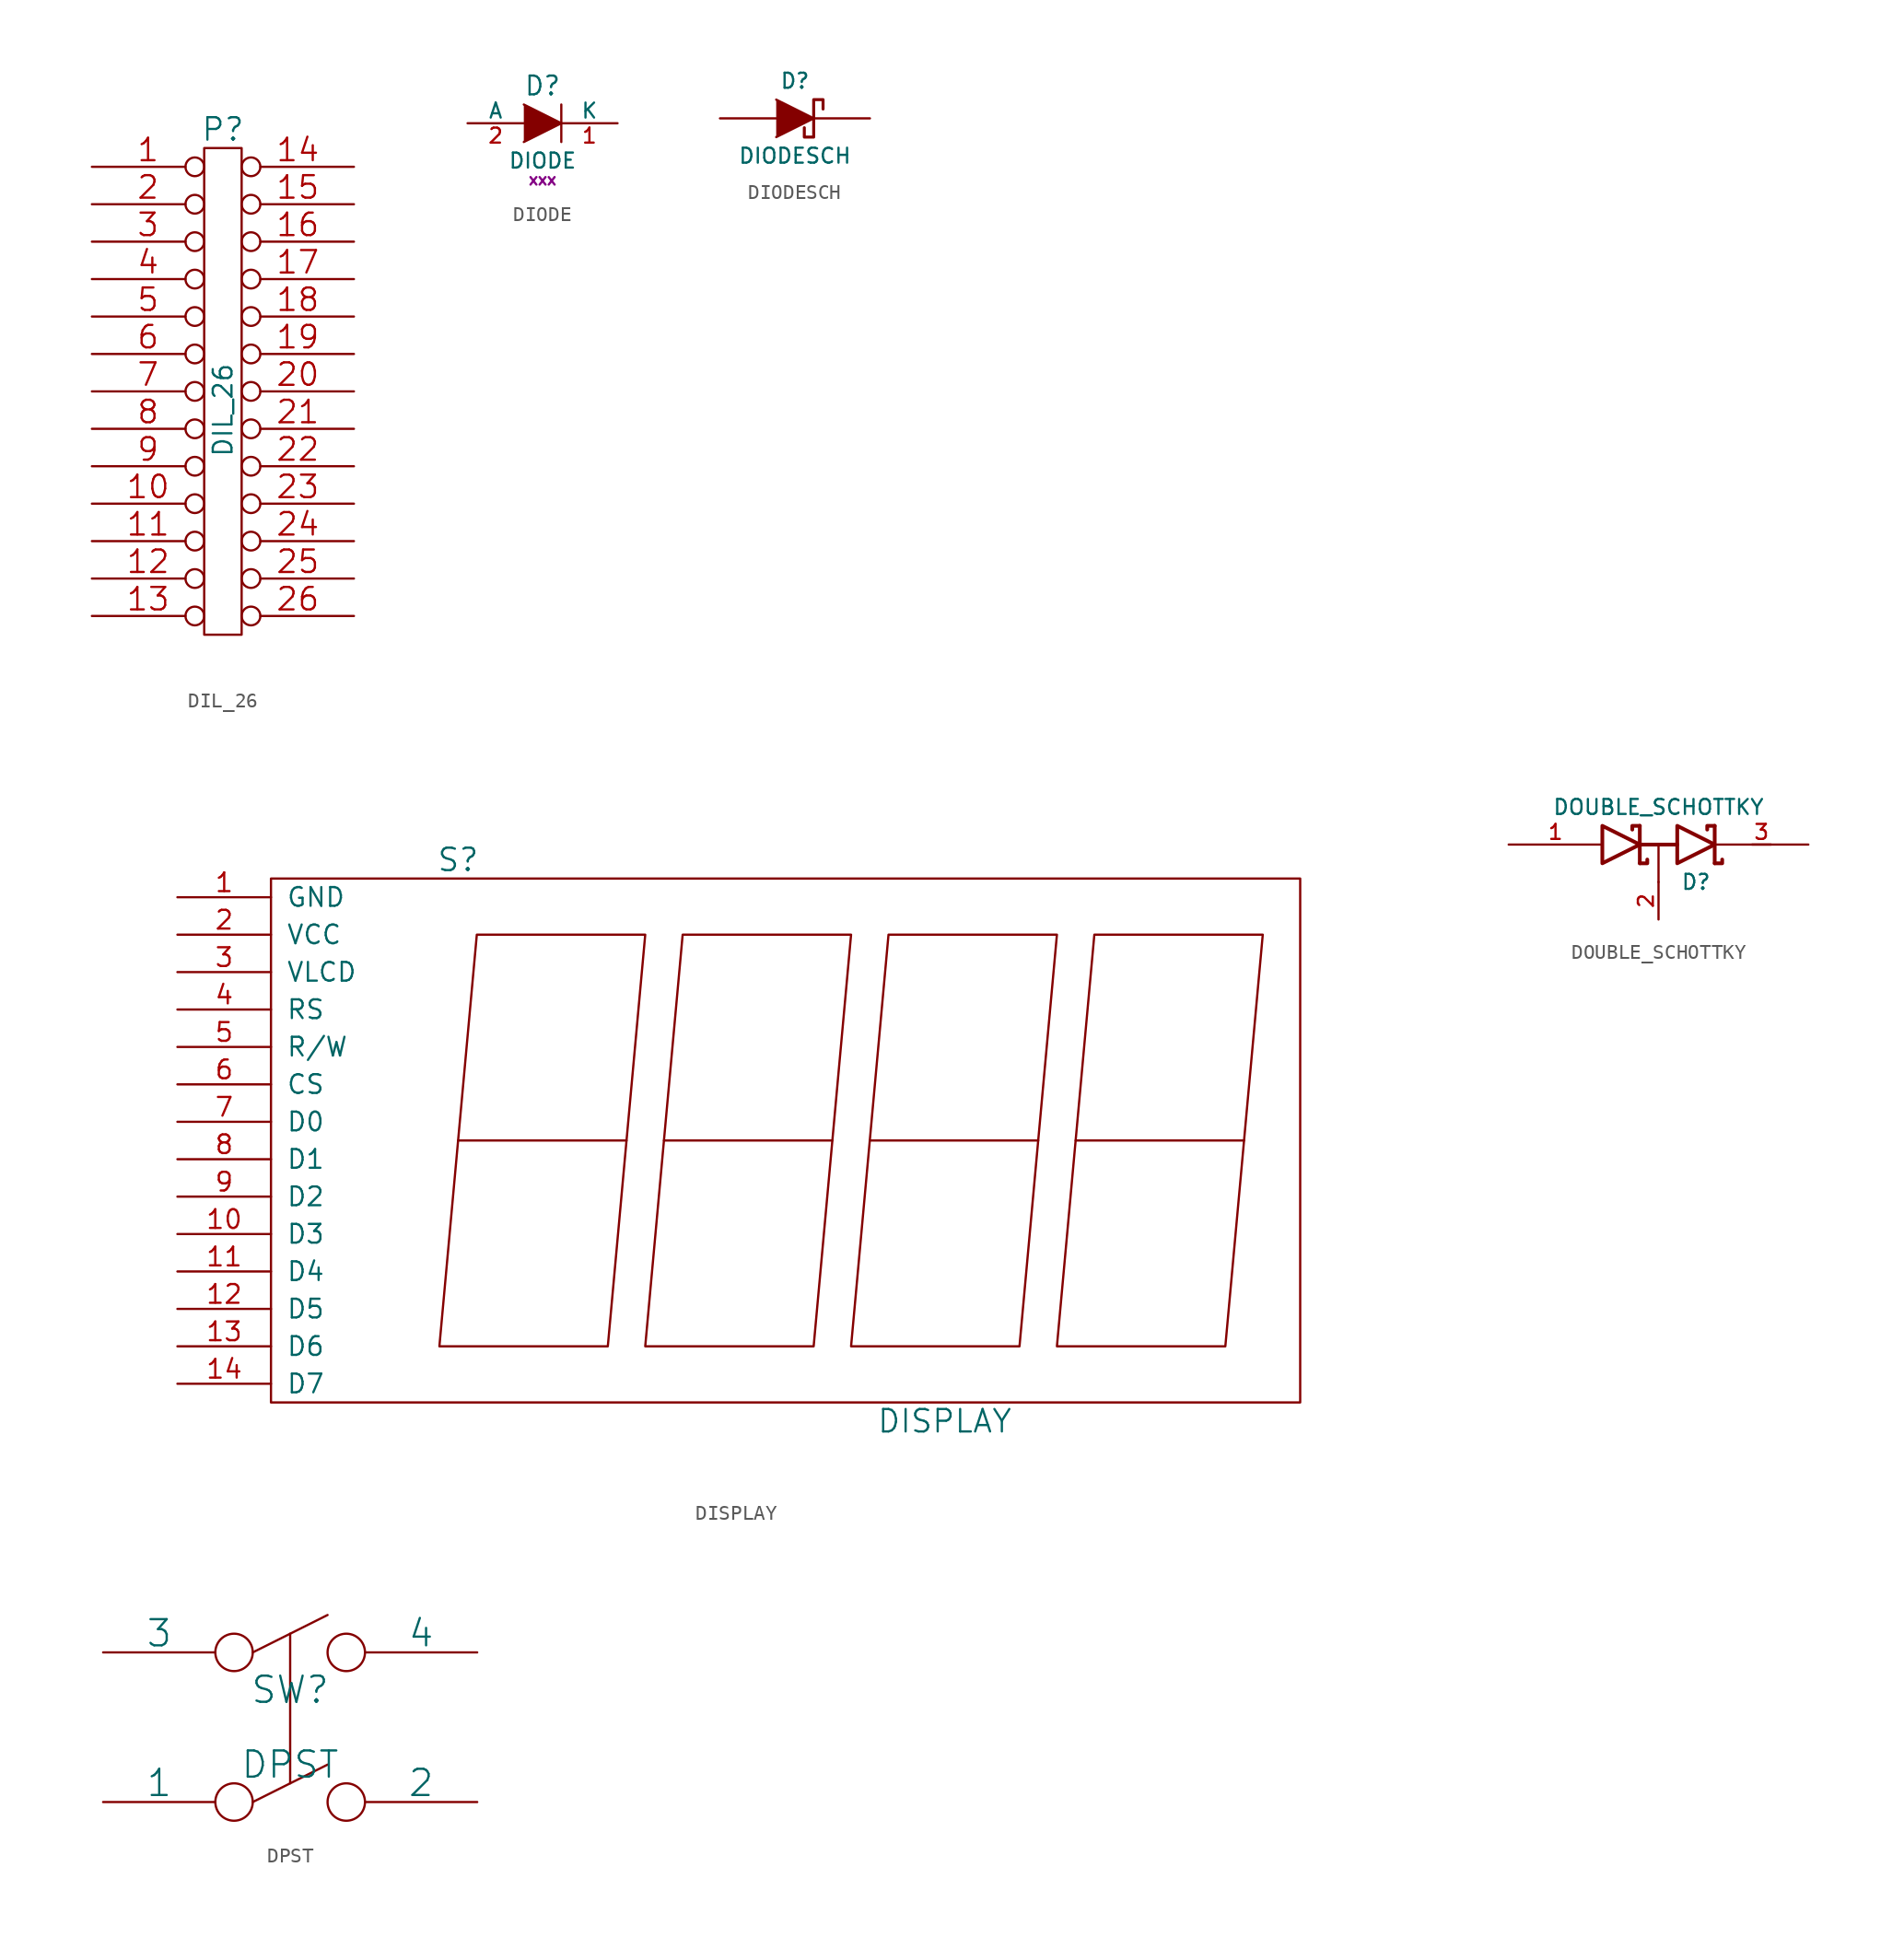
<source format=kicad_sym>
(kicad_symbol_lib
  (version 20220914)
  (generator kicad_symbol_editor)
  (symbol "DIL_26"
    (pin_names hide)
    (property "Reference" "P"
      (at 0 17.78 0)
      (effects (font (size 1.524 1.524))))
    (property "Value" "DIL_26"
      (at 0 -1.27 90)
      (effects (font (size 1.27 1.27))))
    (property "Footprint" ""
      (at 0 0 0)
      (effects (font (size 1.524 1.524))))
    (property "Datasheet" ""
      (at 0 0 0)
      (effects (font (size 1.524 1.524))))
    (symbol "DIL_26_0_1"
      (rectangle (start -1.27 16.51) (end 1.27 -16.51) (stroke (width 0) (type default)) (fill (type none))))
    (symbol "DIL_26_1_1"
      (pin passive inverted (at -8.89 15.24 0) (length 7.62) (name "1" (effects (font (size 0.762 0.762)))) (number "1" (effects (font (size 1.524 1.524)))))
      (pin passive inverted (at -8.89 -7.62 0) (length 7.62) (name "10" (effects (font (size 0.762 0.762)))) (number "10" (effects (font (size 1.524 1.524)))))
      (pin passive inverted (at -8.89 -10.16 0) (length 7.62) (name "11" (effects (font (size 0.762 0.762)))) (number "11" (effects (font (size 1.524 1.524)))))
      (pin passive inverted (at -8.89 -12.7 0) (length 7.62) (name "12" (effects (font (size 0.762 0.762)))) (number "12" (effects (font (size 1.524 1.524)))))
      (pin passive inverted (at -8.89 -15.24 0) (length 7.62) (name "13" (effects (font (size 0.762 0.762)))) (number "13" (effects (font (size 1.524 1.524)))))
      (pin passive inverted (at 8.89 15.24 180) (length 7.62) (name "14" (effects (font (size 0.762 0.762)))) (number "14" (effects (font (size 1.524 1.524)))))
      (pin passive inverted (at 8.89 12.7 180) (length 7.62) (name "15" (effects (font (size 0.762 0.762)))) (number "15" (effects (font (size 1.524 1.524)))))
      (pin passive inverted (at 8.89 10.16 180) (length 7.62) (name "16" (effects (font (size 0.762 0.762)))) (number "16" (effects (font (size 1.524 1.524)))))
      (pin passive inverted (at 8.89 7.62 180) (length 7.62) (name "17" (effects (font (size 0.762 0.762)))) (number "17" (effects (font (size 1.524 1.524)))))
      (pin passive inverted (at 8.89 5.08 180) (length 7.62) (name "18" (effects (font (size 0.762 0.762)))) (number "18" (effects (font (size 1.524 1.524)))))
      (pin passive inverted (at 8.89 2.54 180) (length 7.62) (name "19" (effects (font (size 0.762 0.762)))) (number "19" (effects (font (size 1.524 1.524)))))
      (pin passive inverted (at -8.89 12.7 0) (length 7.62) (name "2" (effects (font (size 0.762 0.762)))) (number "2" (effects (font (size 1.524 1.524)))))
      (pin passive inverted (at 8.89 0 180) (length 7.62) (name "20" (effects (font (size 0.762 0.762)))) (number "20" (effects (font (size 1.524 1.524)))))
      (pin passive inverted (at 8.89 -2.54 180) (length 7.62) (name "21" (effects (font (size 0.762 0.762)))) (number "21" (effects (font (size 1.524 1.524)))))
      (pin passive inverted (at 8.89 -5.08 180) (length 7.62) (name "22" (effects (font (size 0.762 0.762)))) (number "22" (effects (font (size 1.524 1.524)))))
      (pin passive inverted (at 8.89 -7.62 180) (length 7.62) (name "23" (effects (font (size 0.762 0.762)))) (number "23" (effects (font (size 1.524 1.524)))))
      (pin passive inverted (at 8.89 -10.16 180) (length 7.62) (name "24" (effects (font (size 0.762 0.762)))) (number "24" (effects (font (size 1.524 1.524)))))
      (pin passive inverted (at 8.89 -12.7 180) (length 7.62) (name "25" (effects (font (size 0.762 0.762)))) (number "25" (effects (font (size 1.524 1.524)))))
      (pin passive inverted (at 8.89 -15.24 180) (length 7.62) (name "26" (effects (font (size 0.762 0.762)))) (number "26" (effects (font (size 1.524 1.524)))))
      (pin passive inverted (at -8.89 10.16 0) (length 7.62) (name "3" (effects (font (size 0.762 0.762)))) (number "3" (effects (font (size 1.524 1.524)))))
      (pin passive inverted (at -8.89 7.62 0) (length 7.62) (name "4" (effects (font (size 0.762 0.762)))) (number "4" (effects (font (size 1.524 1.524)))))
      (pin passive inverted (at -8.89 5.08 0) (length 7.62) (name "5" (effects (font (size 0.762 0.762)))) (number "5" (effects (font (size 1.524 1.524)))))
      (pin passive inverted (at -8.89 2.54 0) (length 7.62) (name "6" (effects (font (size 0.762 0.762)))) (number "6" (effects (font (size 1.524 1.524)))))
      (pin passive inverted (at -8.89 0 0) (length 7.62) (name "7" (effects (font (size 0.762 0.762)))) (number "7" (effects (font (size 1.524 1.524)))))
      (pin passive inverted (at -8.89 -2.54 0) (length 7.62) (name "8" (effects (font (size 0.762 0.762)))) (number "8" (effects (font (size 1.524 1.524)))))
      (pin passive inverted (at -8.89 -5.08 0) (length 7.62) (name "9" (effects (font (size 0.762 0.762)))) (number "9" (effects (font (size 1.524 1.524)))))))
  (symbol "DIODE"
    (pin_names
      (offset 0))
    (property "Reference" "D"
      (at 0 2.54 0)
      (effects (font (size 1.27 1.27))))
    (property "Value" "DIODE"
      (at 0 -2.54 0)
      (effects (font (size 1.016 1.016))))
    (property "Footprint" "xxx"
      (at 0 -3.81 0)
      (effects (font (size 0.762 0.762))))
    (property "Datasheet" ""
      (at 0 0 0)
      (effects (font (size 1.524 1.524))))
    (symbol "DIODE_0_1"
      (polyline (pts (xy 1.27 1.27) (xy 1.27 -1.27)) (stroke (width 0.152) (type default)) (fill (type none)))
      (polyline (pts (xy -1.27 1.27) (xy 1.27 0) (xy -1.27 -1.27)) (stroke (width 0) (type default)) (fill (type outline))))
    (symbol "DIODE_1_1"
      (pin passive line (at 5.08 0 180) (length 3.81) (name "K" (effects (font (size 1.016 1.016)))) (number "1" (effects (font (size 1.016 1.016)))))
      (pin passive line (at -5.08 0 0) (length 3.81) (name "A" (effects (font (size 1.016 1.016)))) (number "2" (effects (font (size 1.016 1.016)))))))
  (symbol "DIODESCH"
    (pin_numbers hide)
    (pin_names
      (offset 1.016) hide)
    (property "Reference" "D"
      (at 0 2.54 0)
      (effects (font (size 1.016 1.016))))
    (property "Value" "DIODESCH"
      (at 0 -2.54 0)
      (effects (font (size 1.016 1.016))))
    (property "Footprint" ""
      (at 0 0 0)
      (effects (font (size 1.524 1.524))))
    (property "Datasheet" ""
      (at 0 0 0)
      (effects (font (size 1.524 1.524))))
    (symbol "DIODESCH_0_1"
      (polyline (pts (xy -1.27 1.27) (xy 1.27 0) (xy -1.27 -1.27)) (stroke (width 0) (type default)) (fill (type outline)))
      (polyline (pts (xy 1.905 0.635) (xy 1.905 1.27) (xy 1.27 1.27) (xy 1.27 -1.27) (xy 0.635 -1.27) (xy 0.635 -0.635)) (stroke (width 0.203) (type default)) (fill (type none))))
    (symbol "DIODESCH_1_1"
      (pin passive line (at -5.08 0 0) (length 3.81) (name "A" (effects (font (size 1.016 1.016)))) (number "1" (effects (font (size 1.016 1.016)))))
      (pin passive line (at 5.08 0 180) (length 3.81) (name "K" (effects (font (size 1.016 1.016)))) (number "2" (effects (font (size 1.016 1.016)))))))
  (symbol "DISPLAY"
    (pin_names
      (offset 1.016))
    (property "Reference" "S"
      (at -26.67 19.05 0)
      (effects (font (size 1.524 1.524))))
    (property "Value" "DISPLAY"
      (at 6.35 -19.05 0)
      (effects (font (size 1.524 1.524))))
    (property "Footprint" ""
      (at 0 0 0)
      (effects (font (size 1.524 1.524))))
    (property "Datasheet" ""
      (at 0 0 0)
      (effects (font (size 1.524 1.524))))
    (symbol "DISPLAY_0_1"
      (rectangle (start -39.37 17.78) (end 30.48 -17.78) (stroke (width 0) (type default)) (fill (type none)))
      (polyline (pts (xy -26.67 0) (xy -15.24 0)) (stroke (width 0) (type default)) (fill (type none)))
      (polyline (pts (xy -12.7 0) (xy -1.27 0)) (stroke (width 0) (type default)) (fill (type none)))
      (polyline (pts (xy 1.27 0) (xy 12.7 0)) (stroke (width 0) (type default)) (fill (type none)))
      (polyline (pts (xy 15.24 0) (xy 26.67 0)) (stroke (width 0) (type default)) (fill (type none)))
      (polyline (pts (xy -27.94 -13.97) (xy -25.4 13.97) (xy -13.97 13.97) (xy -16.51 -13.97) (xy -27.94 -13.97)) (stroke (width 0) (type default)) (fill (type none)))
      (polyline (pts (xy -13.97 -13.97) (xy -11.43 13.97) (xy 0 13.97) (xy -2.54 -13.97) (xy -13.97 -13.97)) (stroke (width 0) (type default)) (fill (type none)))
      (polyline (pts (xy 0 -13.97) (xy 2.54 13.97) (xy 13.97 13.97) (xy 11.43 -13.97) (xy 0 -13.97)) (stroke (width 0) (type default)) (fill (type none)))
      (polyline (pts (xy 16.51 13.97) (xy 13.97 -13.97) (xy 25.4 -13.97) (xy 27.94 13.97) (xy 16.51 13.97)) (stroke (width 0) (type default)) (fill (type none))))
    (symbol "DISPLAY_1_1"
      (pin power_in line (at -45.72 16.51 0) (length 6.35) (name "GND" (effects (font (size 1.27 1.27)))) (number "1" (effects (font (size 1.27 1.27)))))
      (pin tri_state line (at -45.72 -6.35 0) (length 6.35) (name "D3" (effects (font (size 1.27 1.27)))) (number "10" (effects (font (size 1.27 1.27)))))
      (pin tri_state line (at -45.72 -8.89 0) (length 6.35) (name "D4" (effects (font (size 1.27 1.27)))) (number "11" (effects (font (size 1.27 1.27)))))
      (pin tri_state line (at -45.72 -11.43 0) (length 6.35) (name "D5" (effects (font (size 1.27 1.27)))) (number "12" (effects (font (size 1.27 1.27)))))
      (pin tri_state line (at -45.72 -13.97 0) (length 6.35) (name "D6" (effects (font (size 1.27 1.27)))) (number "13" (effects (font (size 1.27 1.27)))))
      (pin tri_state line (at -45.72 -16.51 0) (length 6.35) (name "D7" (effects (font (size 1.27 1.27)))) (number "14" (effects (font (size 1.27 1.27)))))
      (pin power_in line (at -45.72 13.97 0) (length 6.35) (name "VCC" (effects (font (size 1.27 1.27)))) (number "2" (effects (font (size 1.27 1.27)))))
      (pin input line (at -45.72 11.43 0) (length 6.35) (name "VLCD" (effects (font (size 1.27 1.27)))) (number "3" (effects (font (size 1.27 1.27)))))
      (pin input line (at -45.72 8.89 0) (length 6.35) (name "RS" (effects (font (size 1.27 1.27)))) (number "4" (effects (font (size 1.27 1.27)))))
      (pin input line (at -45.72 6.35 0) (length 6.35) (name "R/W" (effects (font (size 1.27 1.27)))) (number "5" (effects (font (size 1.27 1.27)))))
      (pin input line (at -45.72 3.81 0) (length 6.35) (name "CS" (effects (font (size 1.27 1.27)))) (number "6" (effects (font (size 1.27 1.27)))))
      (pin tri_state line (at -45.72 1.27 0) (length 6.35) (name "D0" (effects (font (size 1.27 1.27)))) (number "7" (effects (font (size 1.27 1.27)))))
      (pin tri_state line (at -45.72 -1.27 0) (length 6.35) (name "D1" (effects (font (size 1.27 1.27)))) (number "8" (effects (font (size 1.27 1.27)))))
      (pin tri_state line (at -45.72 -3.81 0) (length 6.35) (name "D2" (effects (font (size 1.27 1.27)))) (number "9" (effects (font (size 1.27 1.27)))))))
  (symbol "DOUBLE_SCHOTTKY"
    (pin_names
      (offset 0.762) hide)
    (property "Reference" "D"
      (at 2.54 -2.54 0)
      (effects (font (size 1.016 1.016))))
    (property "Value" "DOUBLE_SCHOTTKY"
      (at 0 2.54 0)
      (effects (font (size 1.016 1.016))))
    (property "Footprint" ""
      (at 0 0 0)
      (effects (font (size 1.524 1.524))))
    (property "Datasheet" ""
      (at 0 0 0)
      (effects (font (size 1.524 1.524))))
    (symbol "DOUBLE_SCHOTTKY_0_1"
      (polyline (pts (xy 0 0) (xy 0 -2.54)) (stroke (width 0) (type default)) (fill (type none)))
      (polyline (pts (xy 6.35 0) (xy 7.62 0)) (stroke (width 0) (type default)) (fill (type none)))
      (polyline (pts (xy -1.27 -1.27) (xy -1.27 1.27) (xy -1.27 1.27)) (stroke (width 0.254) (type default)) (fill (type none)))
      (polyline (pts (xy -1.27 0) (xy 1.27 0) (xy 1.27 0)) (stroke (width 0.254) (type default)) (fill (type none)))
      (polyline (pts (xy 3.81 1.27) (xy 3.81 -1.27) (xy 3.81 -1.27)) (stroke (width 0.254) (type default)) (fill (type none)))
      (polyline (pts (xy -1.27 -1.27) (xy -0.762 -1.27) (xy -0.762 -1.016) (xy -0.762 -1.016)) (stroke (width 0.254) (type default)) (fill (type none)))
      (polyline (pts (xy 3.81 -1.27) (xy 4.318 -1.27) (xy 4.318 -1.016) (xy 4.318 -1.016)) (stroke (width 0.254) (type default)) (fill (type none)))
      (polyline (pts (xy 3.81 1.27) (xy 3.302 1.27) (xy 3.302 1.016) (xy 3.302 1.016)) (stroke (width 0.254) (type default)) (fill (type none)))
      (polyline (pts (xy -1.778 1.016) (xy -1.778 1.27) (xy -1.27 1.27) (xy -1.27 1.27) (xy -1.27 1.27)) (stroke (width 0.254) (type default)) (fill (type none)))
      (polyline (pts (xy -3.81 1.27) (xy -1.27 0) (xy -3.81 -1.27) (xy -3.81 1.27) (xy -3.81 1.27) (xy -3.81 1.27)) (stroke (width 0.254) (type default)) (fill (type none)))
      (polyline (pts (xy 1.27 1.27) (xy 3.81 0) (xy 1.27 -1.27) (xy 1.27 1.27) (xy 1.27 1.27) (xy 1.27 1.27)) (stroke (width 0.254) (type default)) (fill (type none)))
      (pin passive line (at -10.16 0 0) (length 6.35) (name "Anode" (effects (font (size 1.016 1.016)))) (number "1" (effects (font (size 1.016 1.016)))))
      (pin passive line (at 0 -5.08 90) (length 2.54) (name "AK" (effects (font (size 1.016 1.016)))) (number "2" (effects (font (size 1.016 1.016)))))
      (pin passive line (at 10.16 0 180) (length 6.35) (name "cathode" (effects (font (size 1.016 1.016)))) (number "3" (effects (font (size 1.016 1.016)))))))
  (symbol "DPST"
    (pin_numbers hide)
    (pin_names
      (offset 0))
    (property "Reference" "SW"
      (at 0 2.54 0)
      (effects (font (size 1.778 1.778))))
    (property "Value" "DPST"
      (at 0 -2.54 0)
      (effects (font (size 1.778 1.778))))
    (property "Footprint" ""
      (at 0 0 0)
      (effects (font (size 1.524 1.524))))
    (property "Datasheet" ""
      (at 0 0 0)
      (effects (font (size 1.524 1.524))))
    (symbol "DPST_0_0"
      (circle (center -3.81 -5.08) (radius 1.27) (stroke (width 0) (type default)) (fill (type none)))
      (circle (center -3.81 5.08) (radius 1.27) (stroke (width 0) (type default)) (fill (type none)))
      (polyline (pts (xy -2.54 -5.08) (xy 2.54 -2.54)) (stroke (width 0) (type default)) (fill (type none)))
      (polyline (pts (xy -2.54 5.08) (xy 2.54 7.62)) (stroke (width 0) (type default)) (fill (type none)))
      (polyline (pts (xy 0 6.35) (xy 0 -3.81)) (stroke (width 0) (type default)) (fill (type none)))
      (circle (center 3.81 -5.08) (radius 1.27) (stroke (width 0) (type default)) (fill (type none)))
      (circle (center 3.81 5.08) (radius 1.27) (stroke (width 0) (type default)) (fill (type none))))
    (symbol "DPST_1_1"
      (pin input line (at -12.7 -5.08 0) (length 7.62) (name "1" (effects (font (size 1.778 1.778)))) (number "1" (effects (font (size 1.778 1.778)))))
      (pin input line (at 12.7 -5.08 180) (length 7.62) (name "2" (effects (font (size 1.778 1.778)))) (number "2" (effects (font (size 1.778 1.778)))))
      (pin input line (at -12.7 5.08 0) (length 7.62) (name "3" (effects (font (size 1.778 1.778)))) (number "3" (effects (font (size 1.778 1.778)))))
      (pin input line (at 12.7 5.08 180) (length 7.62) (name "4" (effects (font (size 1.778 1.778)))) (number "4" (effects (font (size 1.778 1.778))))))))
</source>
